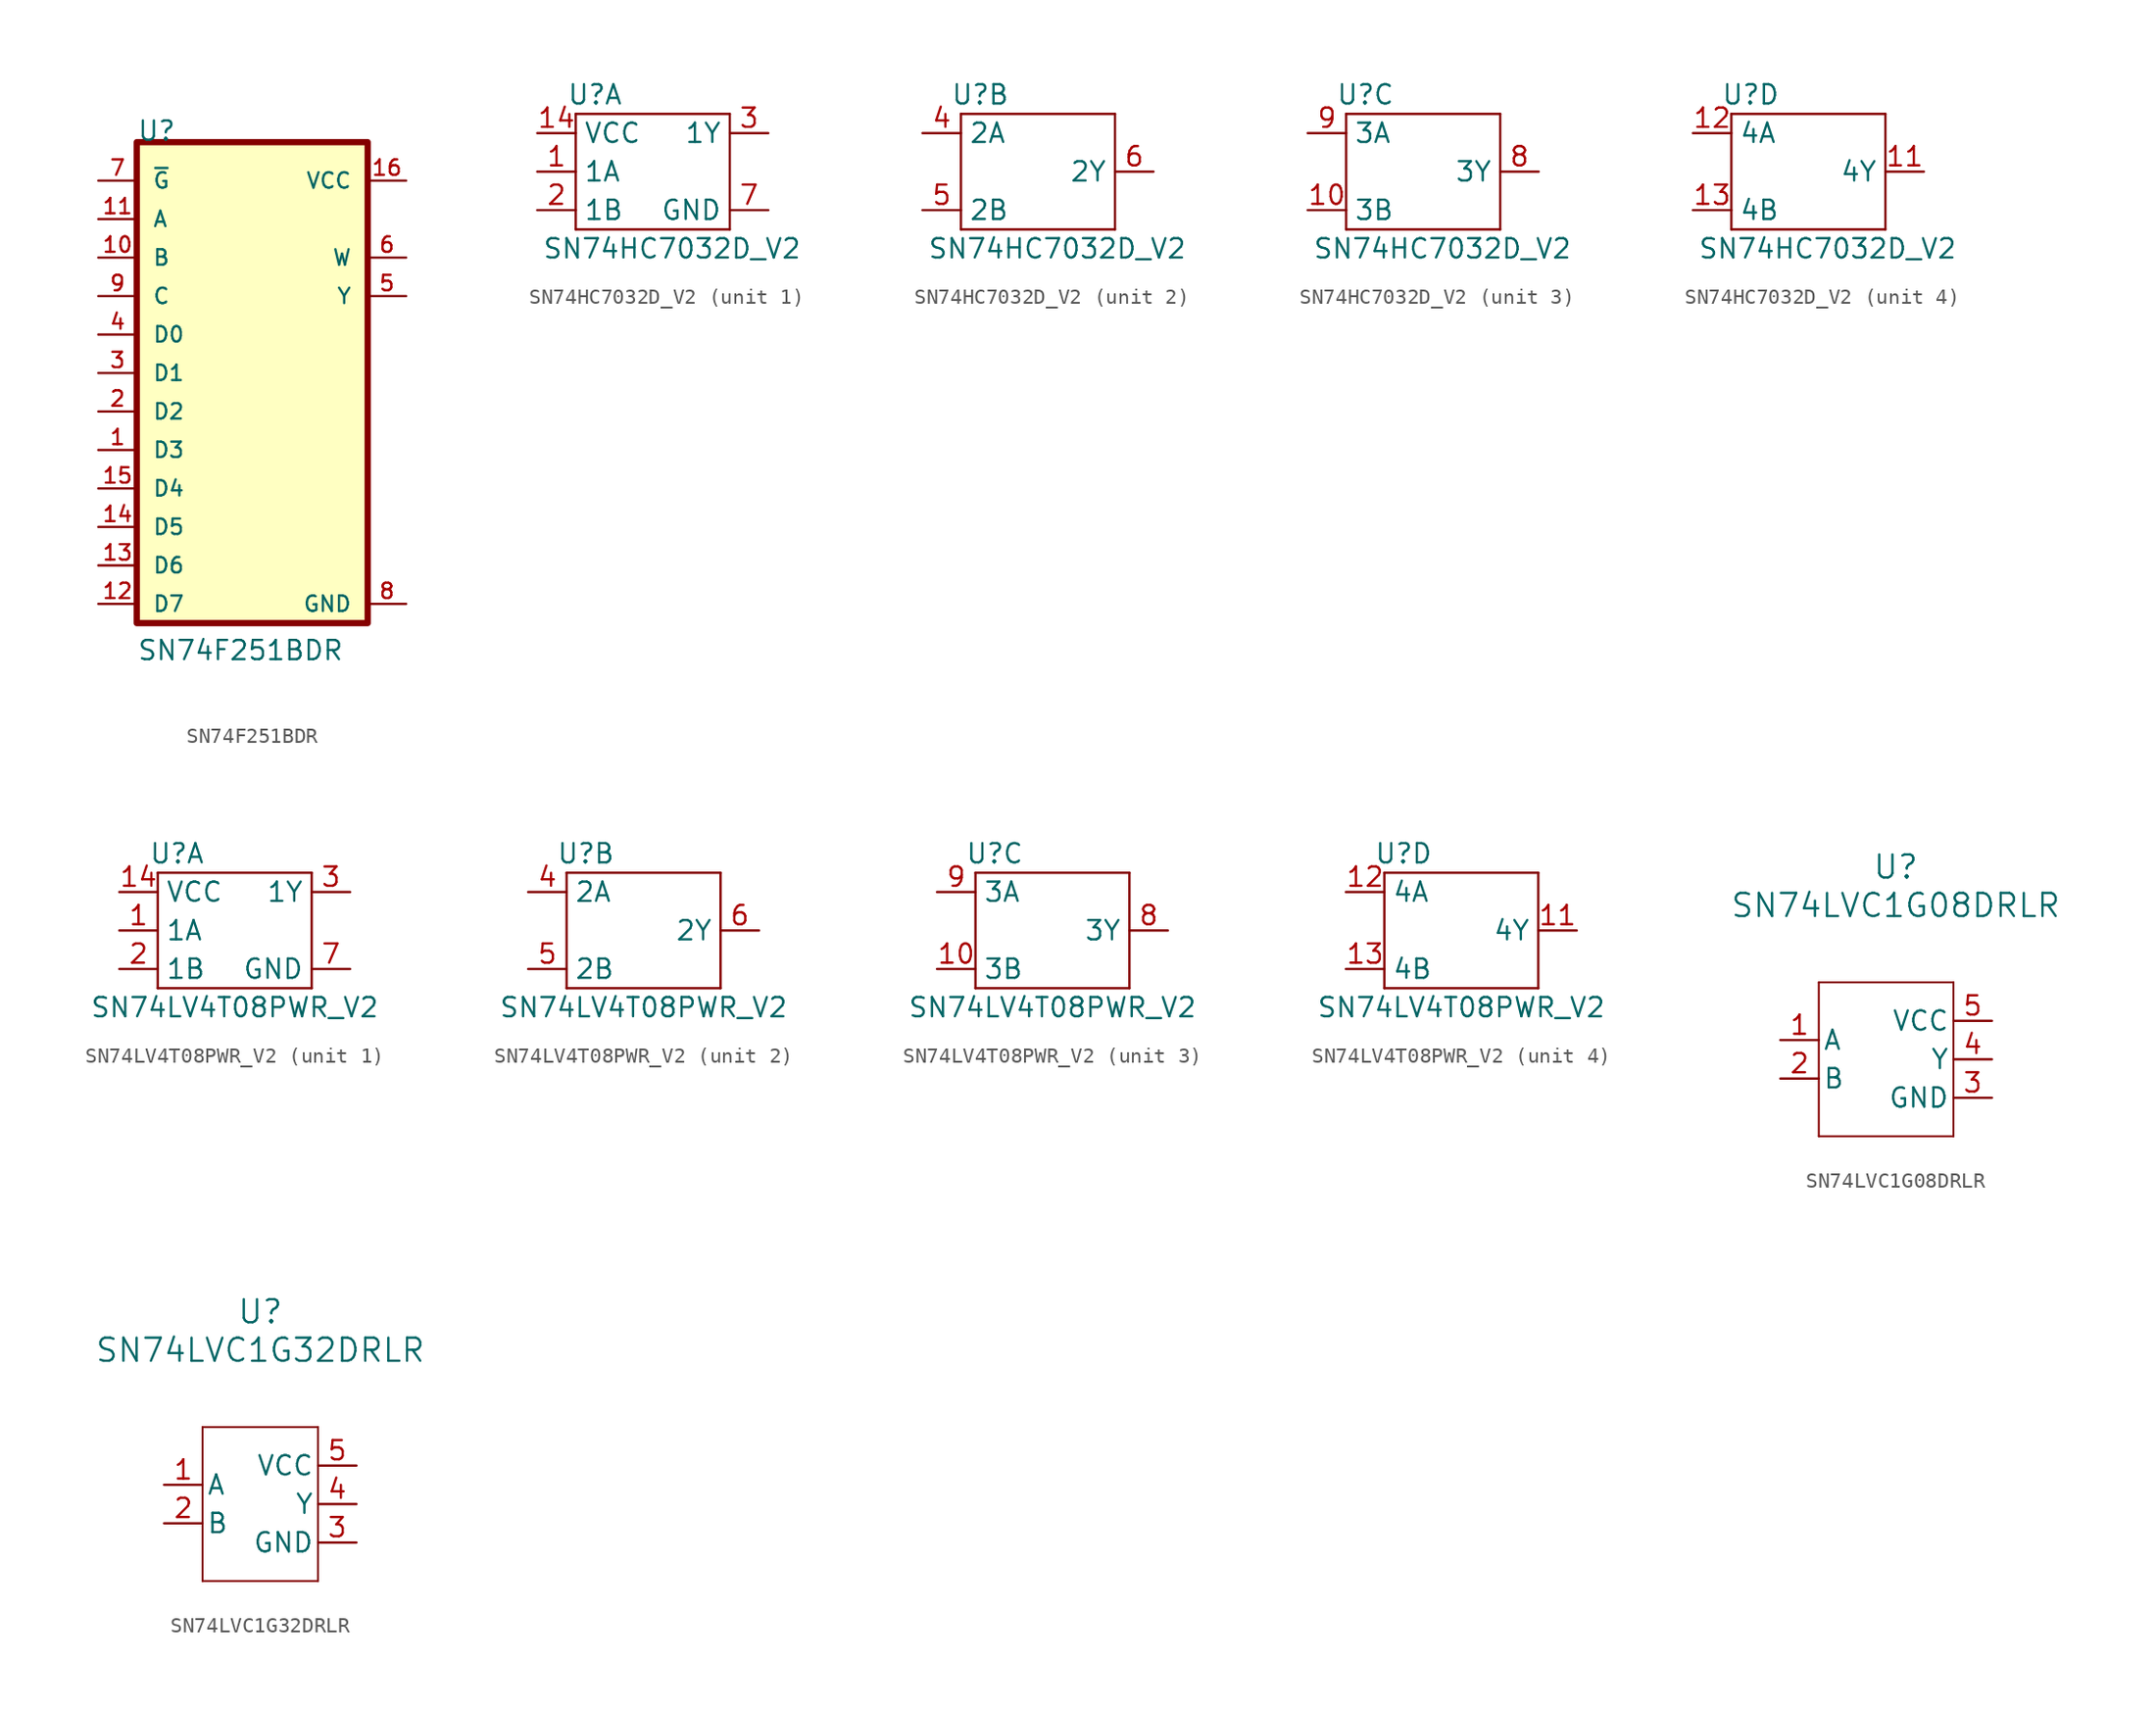
<source format=kicad_sym>
(kicad_symbol_lib
  (version 20211014)
  (generator kicad_symbol_editor)
  (symbol "SN74F251BDR"
    (pin_names
      (offset 1.016))
    (property "Reference" "U"
      (at -12.7 17.78 0)
      (effects (font (size 1.27 1.27)) (justify left bottom)))
    (property "Value" "SN74F251BDR"
      (at -12.7 -16.51 0)
      (effects (font (size 1.27 1.27)) (justify left bottom)))
    (symbol "SN74F251BDR_0_0"
      (rectangle (start -12.7 17.78) (end 2.54 -13.97) (stroke (width 0.41) (type default) (color 0 0 0 0)) (fill (type background)))
      (pin input line (at -15.24 -2.54 0) (length 2.54) (name "D3" (effects (font (size 1.016 1.016)))) (number "1" (effects (font (size 1.016 1.016)))))
      (pin input line (at -15.24 10.16 0) (length 2.54) (name "B" (effects (font (size 1.016 1.016)))) (number "10" (effects (font (size 1.016 1.016)))))
      (pin input line (at -15.24 12.7 0) (length 2.54) (name "A" (effects (font (size 1.016 1.016)))) (number "11" (effects (font (size 1.016 1.016)))))
      (pin input line (at -15.24 -12.7 0) (length 2.54) (name "D7" (effects (font (size 1.016 1.016)))) (number "12" (effects (font (size 1.016 1.016)))))
      (pin input line (at -15.24 -10.16 0) (length 2.54) (name "D6" (effects (font (size 1.016 1.016)))) (number "13" (effects (font (size 1.016 1.016)))))
      (pin input line (at -15.24 -7.62 0) (length 2.54) (name "D5" (effects (font (size 1.016 1.016)))) (number "14" (effects (font (size 1.016 1.016)))))
      (pin input line (at -15.24 -5.08 0) (length 2.54) (name "D4" (effects (font (size 1.016 1.016)))) (number "15" (effects (font (size 1.016 1.016)))))
      (pin power_in line (at 5.08 15.24 180) (length 2.54) (name "VCC" (effects (font (size 1.016 1.016)))) (number "16" (effects (font (size 1.016 1.016)))))
      (pin input line (at -15.24 0 0) (length 2.54) (name "D2" (effects (font (size 1.016 1.016)))) (number "2" (effects (font (size 1.016 1.016)))))
      (pin input line (at -15.24 2.54 0) (length 2.54) (name "D1" (effects (font (size 1.016 1.016)))) (number "3" (effects (font (size 1.016 1.016)))))
      (pin input line (at -15.24 5.08 0) (length 2.54) (name "D0" (effects (font (size 1.016 1.016)))) (number "4" (effects (font (size 1.016 1.016)))))
      (pin output line (at 5.08 7.62 180) (length 2.54) (name "Y" (effects (font (size 1.016 1.016)))) (number "5" (effects (font (size 1.016 1.016)))))
      (pin output line (at 5.08 10.16 180) (length 2.54) (name "W" (effects (font (size 1.016 1.016)))) (number "6" (effects (font (size 1.016 1.016)))))
      (pin input line (at -15.24 15.24 0) (length 2.54) (name "~{G}" (effects (font (size 1.016 1.016)))) (number "7" (effects (font (size 1.016 1.016)))))
      (pin power_in line (at 5.08 -12.7 180) (length 2.54) (name "GND" (effects (font (size 1.016 1.016)))) (number "8" (effects (font (size 1.016 1.016)))))
      (pin input line (at -15.24 7.62 0) (length 2.54) (name "C" (effects (font (size 1.016 1.016)))) (number "9" (effects (font (size 1.016 1.016)))))))
  (symbol "SN74HC7032D_V2"
    (property "Reference" "U"
      (at -3.81 5.08 0)
      (effects (font (size 1.27 1.27))))
    (property "Value" "SN74HC7032D_V2"
      (at 1.27 -5.08 0)
      (effects (font (size 1.27 1.27))))
    (symbol "SN74HC7032D_V2_0_1"
      (rectangle (start -5.08 -3.81) (end 5.08 -3.81) (stroke (width 0) (type default) (color 0 0 0 0)) (fill (type none)))
      (rectangle (start -5.08 3.81) (end -5.08 -3.81) (stroke (width 0) (type default) (color 0 0 0 0)) (fill (type none)))
      (rectangle (start -5.08 3.81) (end 5.08 3.81) (stroke (width 0) (type default) (color 0 0 0 0)) (fill (type none)))
      (rectangle (start 5.08 3.81) (end 5.08 -3.81) (stroke (width 0) (type default) (color 0 0 0 0)) (fill (type none))))
    (symbol "SN74HC7032D_V2_1_1"
      (pin input line (at -7.62 0 0) (length 2.54) (name "1A" (effects (font (size 1.27 1.27)))) (number "1" (effects (font (size 1.27 1.27)))))
      (pin bidirectional line (at -7.62 2.54 0) (length 2.54) (name "VCC" (effects (font (size 1.27 1.27)))) (number "14" (effects (font (size 1.27 1.27)))))
      (pin input line (at -7.62 -2.54 0) (length 2.54) (name "1B" (effects (font (size 1.27 1.27)))) (number "2" (effects (font (size 1.27 1.27)))))
      (pin output line (at 7.62 2.54 180) (length 2.54) (name "1Y" (effects (font (size 1.27 1.27)))) (number "3" (effects (font (size 1.27 1.27)))))
      (pin bidirectional line (at 7.62 -2.54 180) (length 2.54) (name "GND" (effects (font (size 1.27 1.27)))) (number "7" (effects (font (size 1.27 1.27))))))
    (symbol "SN74HC7032D_V2_2_1"
      (pin input line (at -7.62 2.54 0) (length 2.54) (name "2A" (effects (font (size 1.27 1.27)))) (number "4" (effects (font (size 1.27 1.27)))))
      (pin input line (at -7.62 -2.54 0) (length 2.54) (name "2B" (effects (font (size 1.27 1.27)))) (number "5" (effects (font (size 1.27 1.27)))))
      (pin output line (at 7.62 0 180) (length 2.54) (name "2Y" (effects (font (size 1.27 1.27)))) (number "6" (effects (font (size 1.27 1.27))))))
    (symbol "SN74HC7032D_V2_3_1"
      (pin input line (at -7.62 -2.54 0) (length 2.54) (name "3B" (effects (font (size 1.27 1.27)))) (number "10" (effects (font (size 1.27 1.27)))))
      (pin output line (at 7.62 0 180) (length 2.54) (name "3Y" (effects (font (size 1.27 1.27)))) (number "8" (effects (font (size 1.27 1.27)))))
      (pin input line (at -7.62 2.54 0) (length 2.54) (name "3A" (effects (font (size 1.27 1.27)))) (number "9" (effects (font (size 1.27 1.27))))))
    (symbol "SN74HC7032D_V2_4_1"
      (pin output line (at 7.62 0 180) (length 2.54) (name "4Y" (effects (font (size 1.27 1.27)))) (number "11" (effects (font (size 1.27 1.27)))))
      (pin input line (at -7.62 2.54 0) (length 2.54) (name "4A" (effects (font (size 1.27 1.27)))) (number "12" (effects (font (size 1.27 1.27)))))
      (pin input line (at -7.62 -2.54 0) (length 2.54) (name "4B" (effects (font (size 1.27 1.27)))) (number "13" (effects (font (size 1.27 1.27)))))))
  (symbol "SN74LV4T08PWR_V2"
    (property "Reference" "U"
      (at -3.81 5.08 0)
      (effects (font (size 1.27 1.27))))
    (property "Value" "SN74LV4T08PWR_V2"
      (at 0 -5.08 0)
      (effects (font (size 1.27 1.27))))
    (symbol "SN74LV4T08PWR_V2_0_1"
      (rectangle (start -5.08 -3.81) (end 5.08 -3.81) (stroke (width 0) (type default) (color 0 0 0 0)) (fill (type none)))
      (rectangle (start -5.08 3.81) (end -5.08 -3.81) (stroke (width 0) (type default) (color 0 0 0 0)) (fill (type none)))
      (rectangle (start -5.08 3.81) (end 5.08 3.81) (stroke (width 0) (type default) (color 0 0 0 0)) (fill (type none)))
      (rectangle (start 5.08 3.81) (end 5.08 -3.81) (stroke (width 0) (type default) (color 0 0 0 0)) (fill (type none))))
    (symbol "SN74LV4T08PWR_V2_1_1"
      (pin input line (at -7.62 0 0) (length 2.54) (name "1A" (effects (font (size 1.27 1.27)))) (number "1" (effects (font (size 1.27 1.27)))))
      (pin bidirectional line (at -7.62 2.54 0) (length 2.54) (name "VCC" (effects (font (size 1.27 1.27)))) (number "14" (effects (font (size 1.27 1.27)))))
      (pin input line (at -7.62 -2.54 0) (length 2.54) (name "1B" (effects (font (size 1.27 1.27)))) (number "2" (effects (font (size 1.27 1.27)))))
      (pin output line (at 7.62 2.54 180) (length 2.54) (name "1Y" (effects (font (size 1.27 1.27)))) (number "3" (effects (font (size 1.27 1.27)))))
      (pin bidirectional line (at 7.62 -2.54 180) (length 2.54) (name "GND" (effects (font (size 1.27 1.27)))) (number "7" (effects (font (size 1.27 1.27))))))
    (symbol "SN74LV4T08PWR_V2_2_1"
      (pin input line (at -7.62 2.54 0) (length 2.54) (name "2A" (effects (font (size 1.27 1.27)))) (number "4" (effects (font (size 1.27 1.27)))))
      (pin input line (at -7.62 -2.54 0) (length 2.54) (name "2B" (effects (font (size 1.27 1.27)))) (number "5" (effects (font (size 1.27 1.27)))))
      (pin output line (at 7.62 0 180) (length 2.54) (name "2Y" (effects (font (size 1.27 1.27)))) (number "6" (effects (font (size 1.27 1.27))))))
    (symbol "SN74LV4T08PWR_V2_3_1"
      (pin input line (at -7.62 -2.54 0) (length 2.54) (name "3B" (effects (font (size 1.27 1.27)))) (number "10" (effects (font (size 1.27 1.27)))))
      (pin output line (at 7.62 0 180) (length 2.54) (name "3Y" (effects (font (size 1.27 1.27)))) (number "8" (effects (font (size 1.27 1.27)))))
      (pin input line (at -7.62 2.54 0) (length 2.54) (name "3A" (effects (font (size 1.27 1.27)))) (number "9" (effects (font (size 1.27 1.27))))))
    (symbol "SN74LV4T08PWR_V2_4_1"
      (pin output line (at 7.62 0 180) (length 2.54) (name "4Y" (effects (font (size 1.27 1.27)))) (number "11" (effects (font (size 1.27 1.27)))))
      (pin input line (at -7.62 2.54 0) (length 2.54) (name "4A" (effects (font (size 1.27 1.27)))) (number "12" (effects (font (size 1.27 1.27)))))
      (pin input line (at -7.62 -2.54 0) (length 2.54) (name "4B" (effects (font (size 1.27 1.27)))) (number "13" (effects (font (size 1.27 1.27)))))))
  (symbol "SN74LVC1G08DRLR"
    (pin_names
      (offset 0.254))
    (property "Reference" "U"
      (at 25.4 10.16 0)
      (effects (font (size 1.524 1.524))))
    (property "Value" "SN74LVC1G08DRLR"
      (at 25.4 7.62 0)
      (effects (font (size 1.524 1.524))))
    (symbol "SN74LVC1G08DRLR_0_1"
      (polyline (pts (xy 20.32 -7.62) (xy 29.21 -7.62)) (stroke (width 0.127) (type default) (color 0 0 0 0)) (fill (type none)))
      (polyline (pts (xy 20.32 2.54) (xy 20.32 -7.62)) (stroke (width 0.127) (type default) (color 0 0 0 0)) (fill (type none)))
      (polyline (pts (xy 29.21 -7.62) (xy 29.21 2.54)) (stroke (width 0.127) (type default) (color 0 0 0 0)) (fill (type none)))
      (polyline (pts (xy 29.21 2.54) (xy 20.32 2.54)) (stroke (width 0.127) (type default) (color 0 0 0 0)) (fill (type none)))
      (pin input line (at 17.78 -1.27 0) (length 2.54) (name "A" (effects (font (size 1.27 1.27)))) (number "1" (effects (font (size 1.27 1.27)))))
      (pin input line (at 17.78 -3.81 0) (length 2.54) (name "B" (effects (font (size 1.27 1.27)))) (number "2" (effects (font (size 1.27 1.27)))))
      (pin power_in line (at 31.75 -5.08 180) (length 2.54) (name "GND" (effects (font (size 1.27 1.27)))) (number "3" (effects (font (size 1.27 1.27)))))
      (pin output line (at 31.75 -2.54 180) (length 2.54) (name "Y" (effects (font (size 1.27 1.27)))) (number "4" (effects (font (size 1.27 1.27)))))
      (pin power_in line (at 31.75 0 180) (length 2.54) (name "VCC" (effects (font (size 1.27 1.27)))) (number "5" (effects (font (size 1.27 1.27)))))))
  (symbol "SN74LVC1G32DRLR"
    (pin_names
      (offset 0.254))
    (property "Reference" "U"
      (at 25.4 10.16 0)
      (effects (font (size 1.524 1.524))))
    (property "Value" "SN74LVC1G32DRLR"
      (at 25.4 7.62 0)
      (effects (font (size 1.524 1.524))))
    (symbol "SN74LVC1G32DRLR_0_1"
      (polyline (pts (xy 21.59 -7.62) (xy 29.21 -7.62)) (stroke (width 0.127) (type default) (color 0 0 0 0)) (fill (type none)))
      (polyline (pts (xy 21.59 2.54) (xy 21.59 -7.62)) (stroke (width 0.127) (type default) (color 0 0 0 0)) (fill (type none)))
      (polyline (pts (xy 29.21 -7.62) (xy 29.21 2.54)) (stroke (width 0.127) (type default) (color 0 0 0 0)) (fill (type none)))
      (polyline (pts (xy 29.21 2.54) (xy 21.59 2.54)) (stroke (width 0.127) (type default) (color 0 0 0 0)) (fill (type none)))
      (pin input line (at 19.05 -1.27 0) (length 2.54) (name "A" (effects (font (size 1.27 1.27)))) (number "1" (effects (font (size 1.27 1.27)))))
      (pin input line (at 19.05 -3.81 0) (length 2.54) (name "B" (effects (font (size 1.27 1.27)))) (number "2" (effects (font (size 1.27 1.27)))))
      (pin power_in line (at 31.75 -5.08 180) (length 2.54) (name "GND" (effects (font (size 1.27 1.27)))) (number "3" (effects (font (size 1.27 1.27)))))
      (pin output line (at 31.75 -2.54 180) (length 2.54) (name "Y" (effects (font (size 1.27 1.27)))) (number "4" (effects (font (size 1.27 1.27)))))
      (pin power_in line (at 31.75 0 180) (length 2.54) (name "VCC" (effects (font (size 1.27 1.27)))) (number "5" (effects (font (size 1.27 1.27))))))))
</source>
